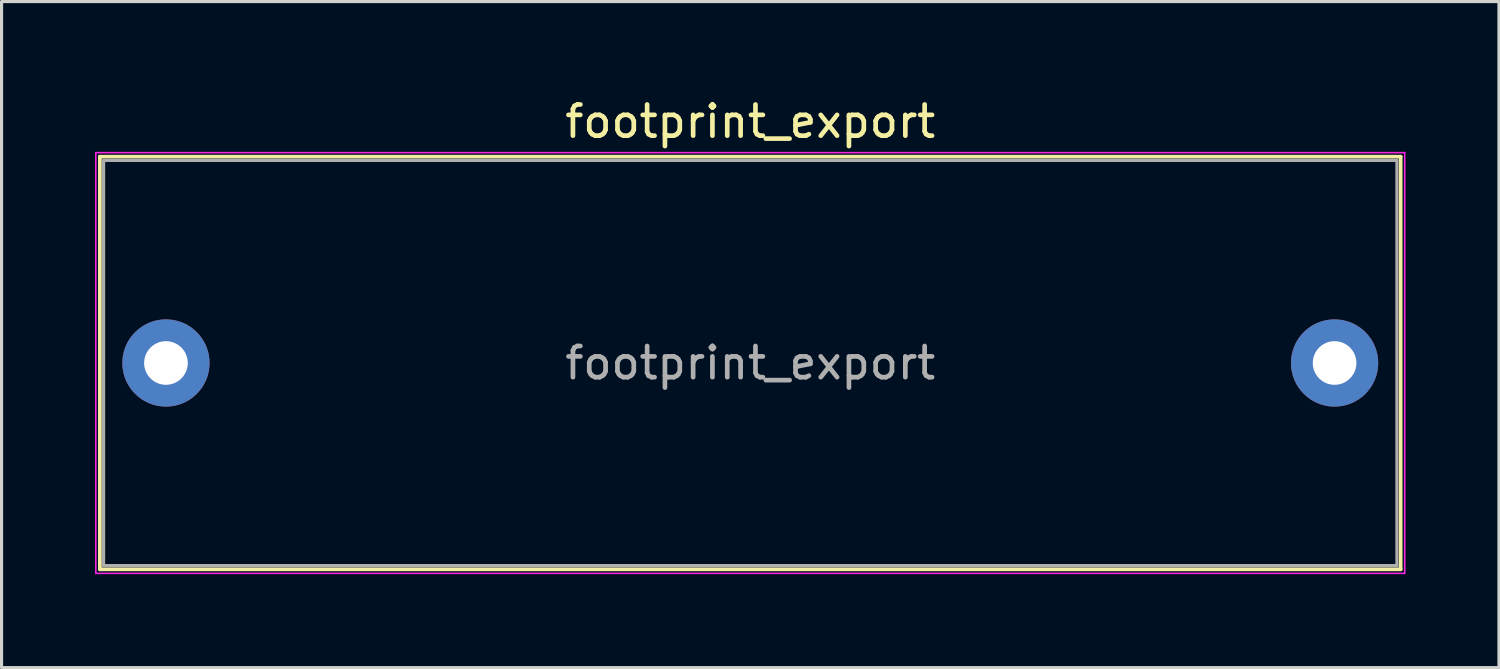
<source format=kicad_pcb>
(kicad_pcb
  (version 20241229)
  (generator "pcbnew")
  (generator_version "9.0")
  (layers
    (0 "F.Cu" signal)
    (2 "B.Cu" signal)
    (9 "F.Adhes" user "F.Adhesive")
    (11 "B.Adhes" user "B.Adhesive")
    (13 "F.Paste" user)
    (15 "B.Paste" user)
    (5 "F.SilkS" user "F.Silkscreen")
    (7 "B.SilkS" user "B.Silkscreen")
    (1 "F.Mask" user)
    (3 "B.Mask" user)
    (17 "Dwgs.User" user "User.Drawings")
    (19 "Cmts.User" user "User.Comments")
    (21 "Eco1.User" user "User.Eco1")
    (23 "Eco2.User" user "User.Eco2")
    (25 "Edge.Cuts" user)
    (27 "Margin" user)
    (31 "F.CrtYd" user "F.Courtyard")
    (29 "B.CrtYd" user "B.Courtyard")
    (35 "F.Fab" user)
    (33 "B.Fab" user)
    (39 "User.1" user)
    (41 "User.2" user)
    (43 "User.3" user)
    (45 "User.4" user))
  (footprint "footprint_export"
    (layer "F.Cu")
    (at 2.275 8.598)
    (property "Reference" "footprint_export" (at 18.75 -7.75 0) (layer "F.SilkS") (effects (font (size 1 1) (thickness 0.15))))
    (attr through_hole)
    (fp_line (start -2.12 -6.62) (end -2.12 6.62) (stroke (width 0.12) (type solid)) (layer "F.SilkS"))
    (fp_line (start -2.12 -6.62) (end 39.62 -6.62) (stroke (width 0.12) (type solid)) (layer "F.SilkS"))
    (fp_line (start -2.12 6.62) (end 39.62 6.62) (stroke (width 0.12) (type solid)) (layer "F.SilkS"))
    (fp_line (start 39.62 -6.62) (end 39.62 6.62) (stroke (width 0.12) (type solid)) (layer "F.SilkS"))
    (fp_line (start -2.25 -6.75) (end -2.25 6.75) (stroke (width 0.05) (type solid)) (layer "F.CrtYd"))
    (fp_line (start -2.25 6.75) (end 39.75 6.75) (stroke (width 0.05) (type solid)) (layer "F.CrtYd"))
    (fp_line (start 39.75 -6.75) (end -2.25 -6.75) (stroke (width 0.05) (type solid)) (layer "F.CrtYd"))
    (fp_line (start 39.75 6.75) (end 39.75 -6.75) (stroke (width 0.05) (type solid)) (layer "F.CrtYd"))
    (fp_line (start -2 -6.5) (end -2 6.5) (stroke (width 0.1) (type solid)) (layer "F.Fab"))
    (fp_line (start -2 6.5) (end 39.5 6.5) (stroke (width 0.1) (type solid)) (layer "F.Fab"))
    (fp_line (start 39.5 -6.5) (end -2 -6.5) (stroke (width 0.1) (type solid)) (layer "F.Fab"))
    (fp_line (start 39.5 6.5) (end 39.5 -6.5) (stroke (width 0.1) (type solid)) (layer "F.Fab"))
    (fp_text user "${REFERENCE}" (at 18.75 0 0) (layer "F.Fab") (effects (font (size 1 1) (thickness 0.15))))
    (pad "1" thru_hole circle (at 0 0) (size 2.8 2.8) (drill 1.4) (layers "*.Cu" "*.Mask"))
    (pad "2" thru_hole circle (at 37.5 0) (size 2.8 2.8) (drill 1.4) (layers "*.Cu" "*.Mask")))
  (gr_rect
    (start -3 -3)
    (end 45.05 18.373)
    (stroke (width 0.1) (type default))
    (fill no)
    (layer "Edge.Cuts")))
</source>
